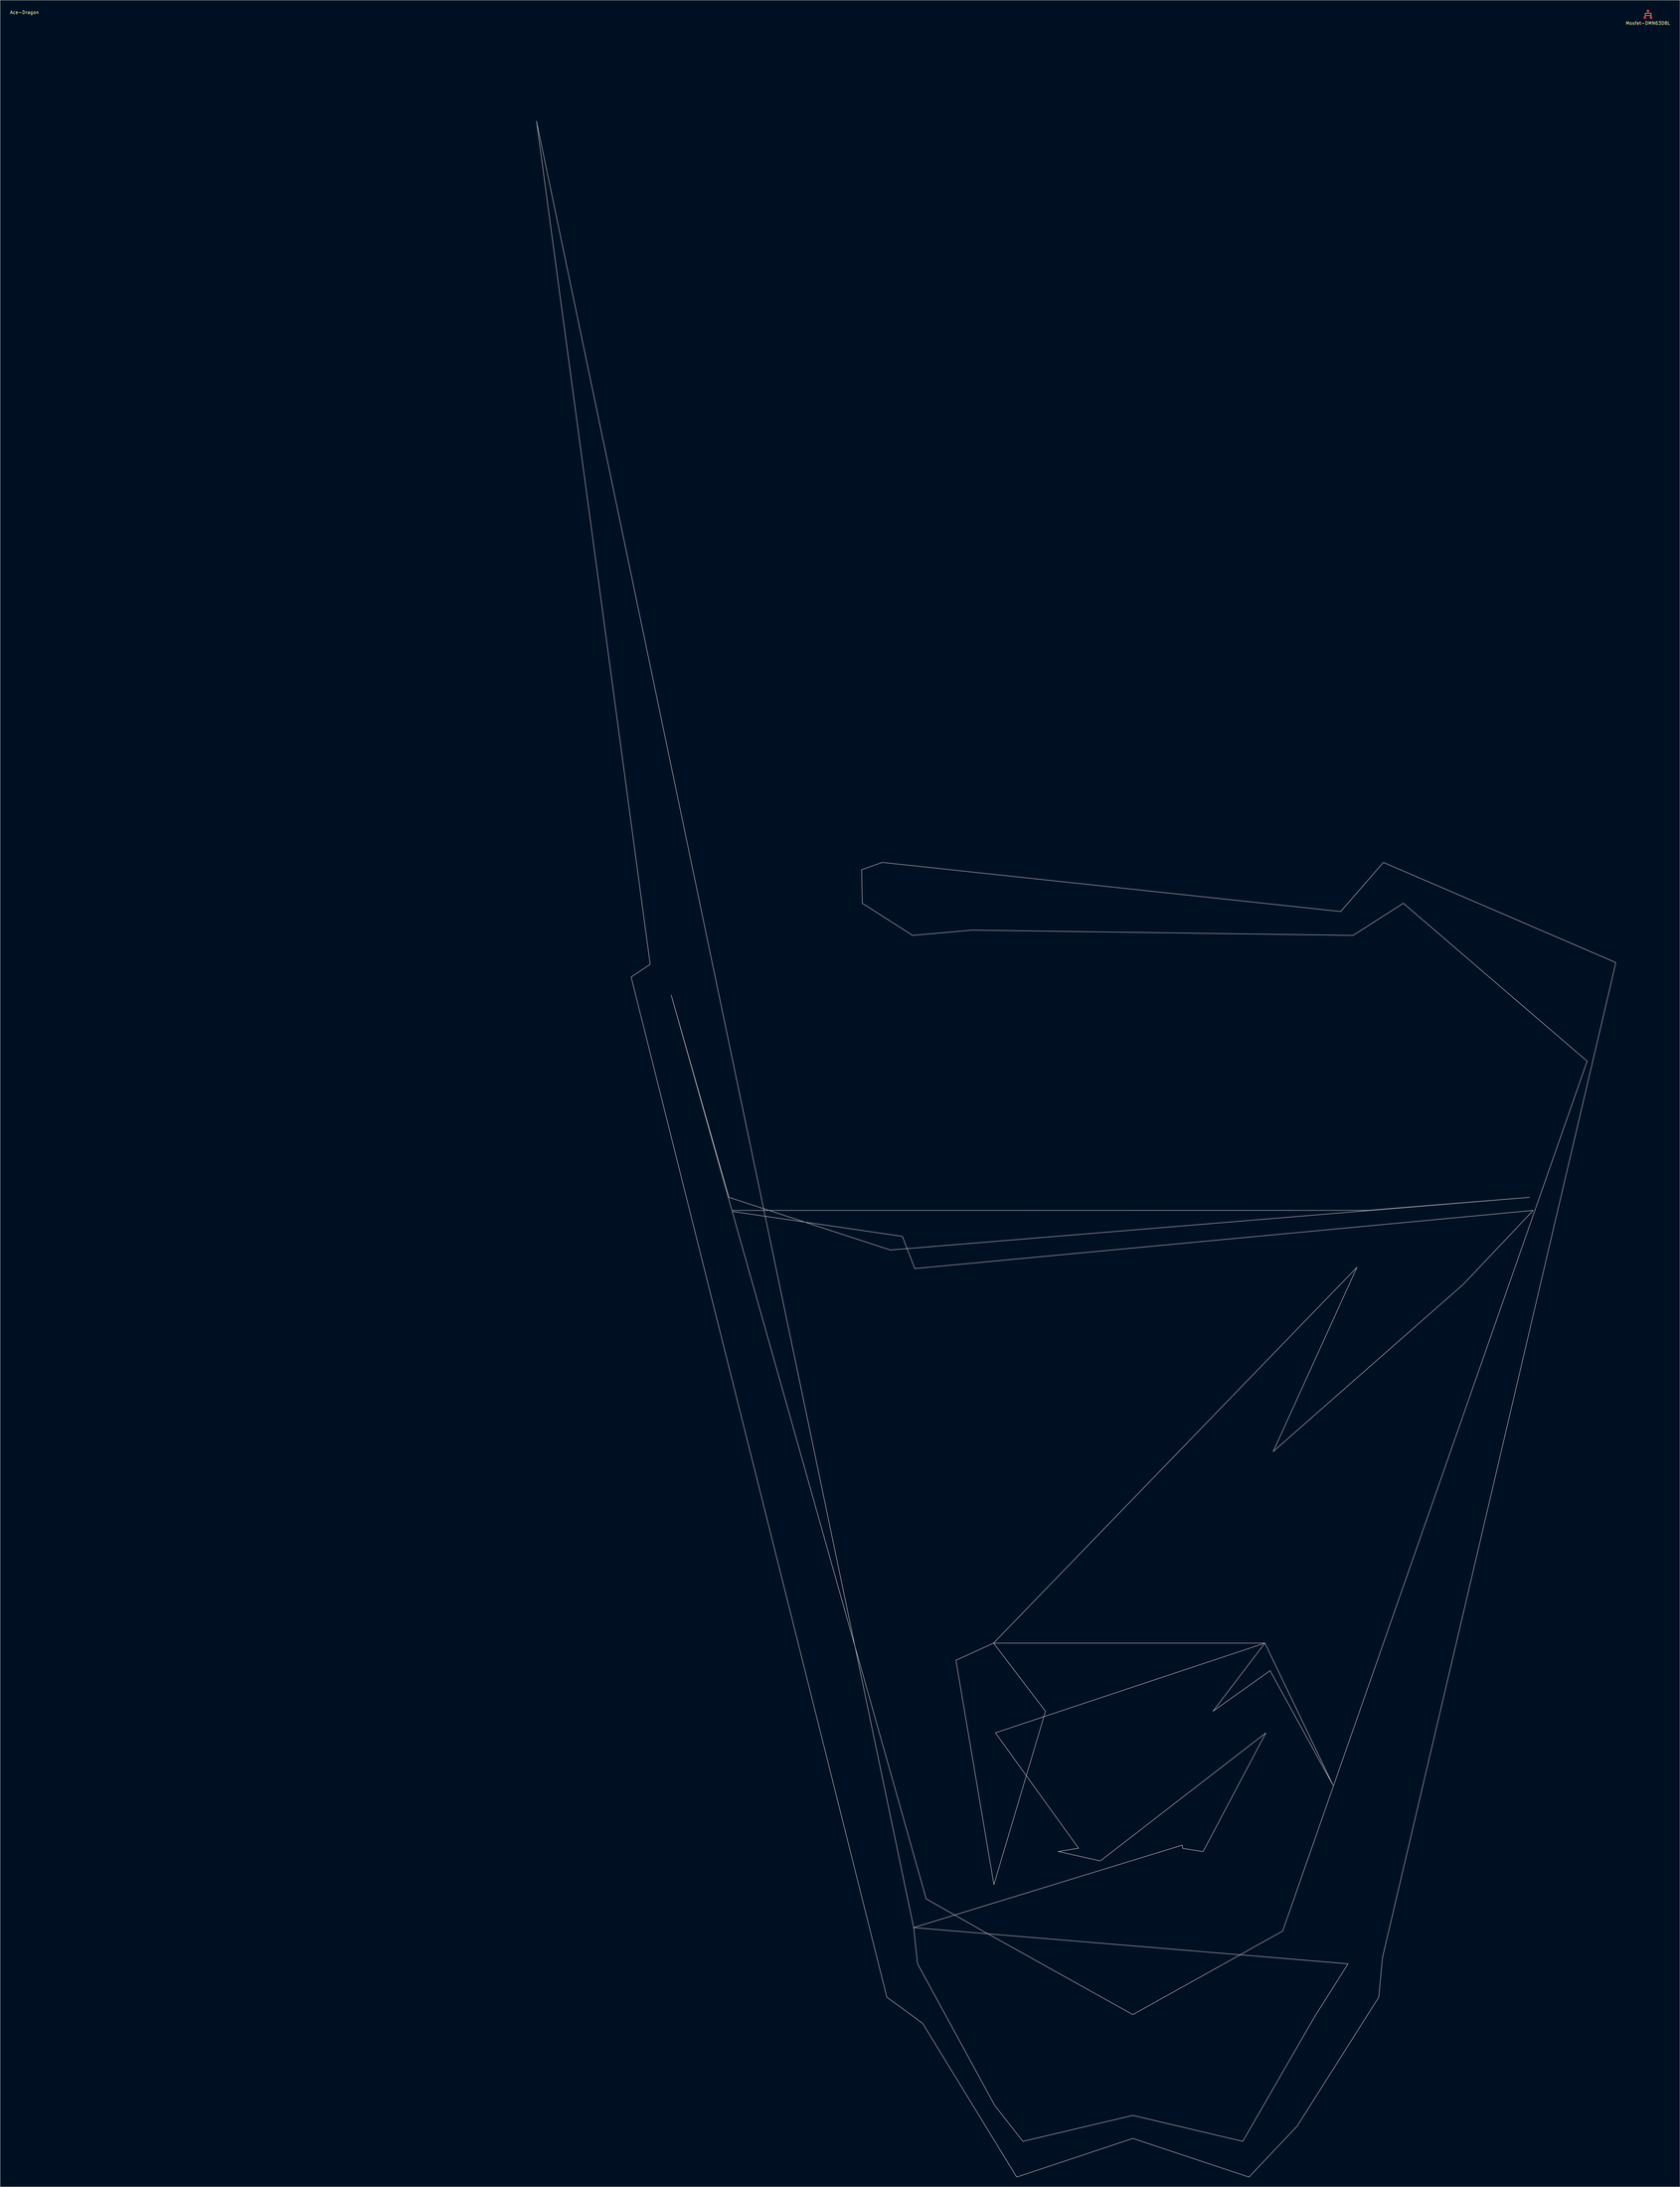
<source format=kicad_pcb>
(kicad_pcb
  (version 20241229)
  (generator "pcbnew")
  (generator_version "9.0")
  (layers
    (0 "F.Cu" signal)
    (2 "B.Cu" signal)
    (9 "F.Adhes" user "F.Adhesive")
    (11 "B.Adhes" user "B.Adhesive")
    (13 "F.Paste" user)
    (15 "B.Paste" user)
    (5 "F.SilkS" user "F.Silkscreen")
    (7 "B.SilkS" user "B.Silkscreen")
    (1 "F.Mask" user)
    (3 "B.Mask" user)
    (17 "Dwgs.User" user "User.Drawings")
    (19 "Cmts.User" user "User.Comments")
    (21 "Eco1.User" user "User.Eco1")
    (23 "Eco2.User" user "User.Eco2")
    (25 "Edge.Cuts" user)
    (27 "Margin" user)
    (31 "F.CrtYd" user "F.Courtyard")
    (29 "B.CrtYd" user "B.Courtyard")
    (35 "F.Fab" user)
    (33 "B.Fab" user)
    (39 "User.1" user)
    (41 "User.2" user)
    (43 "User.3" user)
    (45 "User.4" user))
  (footprint "Ace-Dragon"
    (layer "F.Cu")
    (at 4.42 5.852)
    (property "Reference" "Ace-Dragon" (at 0.229 -5.004 180) (layer "F.SilkS") (effects (font (size 1 1) (thickness 0.15))))
    (attr through_hole)
    (fp_poly (pts (xy 161.686 29.262) (xy 197.539 295.051) (xy 191.535 299.066) (xy 272.164 620.607) (xy 283.451 628.854) (xy 313.107 677.307) (xy 349.719 665.131) (xy 386.33 677.307) (xy 401.518 661.266) (xy 427.273 620.607) (xy 428.432 608.162) (xy 501.898 295.051) (xy 501.943 294.455) (xy 428.721 262.93) (xy 415.264 278.412) (xy 270.717 262.93) (xy 264.207 265.244) (xy 264.424 275.807) (xy 280.268 285.936) (xy 298.969 284.271) (xy 419.17 285.936) (xy 435.014 275.807) (xy 492.963 325.582) (xy 396.961 599.771) (xy 349.719 626.105) (xy 302.477 599.771) (xy 284.563 589.625) (xy 204.16 304.746) (xy 222.365 368.494) (xy 273.275 385.104) (xy 474.793 368.494) (xy 423.764 372.605) (xy 221.199 372.621) (xy 277.061 380.807) (xy 303.129 448.207) (xy 241.346 394.672) (xy 475.959 372.621) (xy 453.932 395.9) (xy 393.98 448.613) (xy 420.404 390.525) (xy 305.811 509.002) (xy 293.943 514.426) (xy 305.914 585.123) (xy 322.182 530.488) (xy 305.811 509.002) (xy 391.363 509.002) (xy 374.994 530.488) (xy 393 517.699) (xy 412.85 553.816) (xy 391.363 509.002) (xy 306.4 537.281) (xy 332.617 573.664) (xy 326.172 574.688) (xy 339.473 577.654) (xy 391.65 537.322) (xy 371.881 574.729) (xy 365.436 573.705) (xy 365.332 572.682) (xy 280.623 598.68) (xy 417.588 610.088) (xy 407.088 626.684) (xy 384.387 666.053) (xy 349.719 657.867) (xy 315.051 666.053) (xy 306.15 654.695) (xy 281.85 610.088) (xy 280.623 598.68)) (stroke (width 0.15) (type solid)) (fill no) (layer "Dwgs.User")))
  (footprint "Mosfet-DMN63D8L"
    (layer "F.Cu")
    (at 516.565 1.45)
    (property "Reference" "Mosfet-DMN63D8L" (at -0.025 2.794 0) (layer "F.SilkS") (effects (font (size 1 1) (thickness 0.15))))
    (attr through_hole)
    (fp_line (start -0.889 -0.305) (end -0.889 0.381) (stroke (width 0.15) (type solid)) (layer "F.SilkS"))
    (fp_line (start -0.864 0.381) (end 1.016 0.381) (stroke (width 0.15) (type solid)) (layer "F.SilkS"))
    (fp_line (start 1.016 -0.305) (end -0.889 -0.305) (stroke (width 0.15) (type solid)) (layer "F.SilkS"))
    (fp_line (start 1.016 0.381) (end 1.016 -0.305) (stroke (width 0.15) (type solid)) (layer "F.SilkS"))
    (pad "1" smd rect (at 0.95 1) (size 0.8 0.9) (layers "F.Cu" "F.Mask" "F.Paste"))
    (pad "2" smd rect (at -0.95 1) (size 0.8 0.9) (layers "F.Cu" "F.Mask" "F.Paste"))
    (pad "3" smd rect (at 0 -1) (size 0.8 0.9) (layers "F.Cu" "F.Mask" "F.Paste")))
  (gr_rect
    (start -3 -3)
    (end 526.641 686.234)
    (stroke (width 0.1) (type default))
    (fill no)
    (layer "Edge.Cuts")))
</source>
